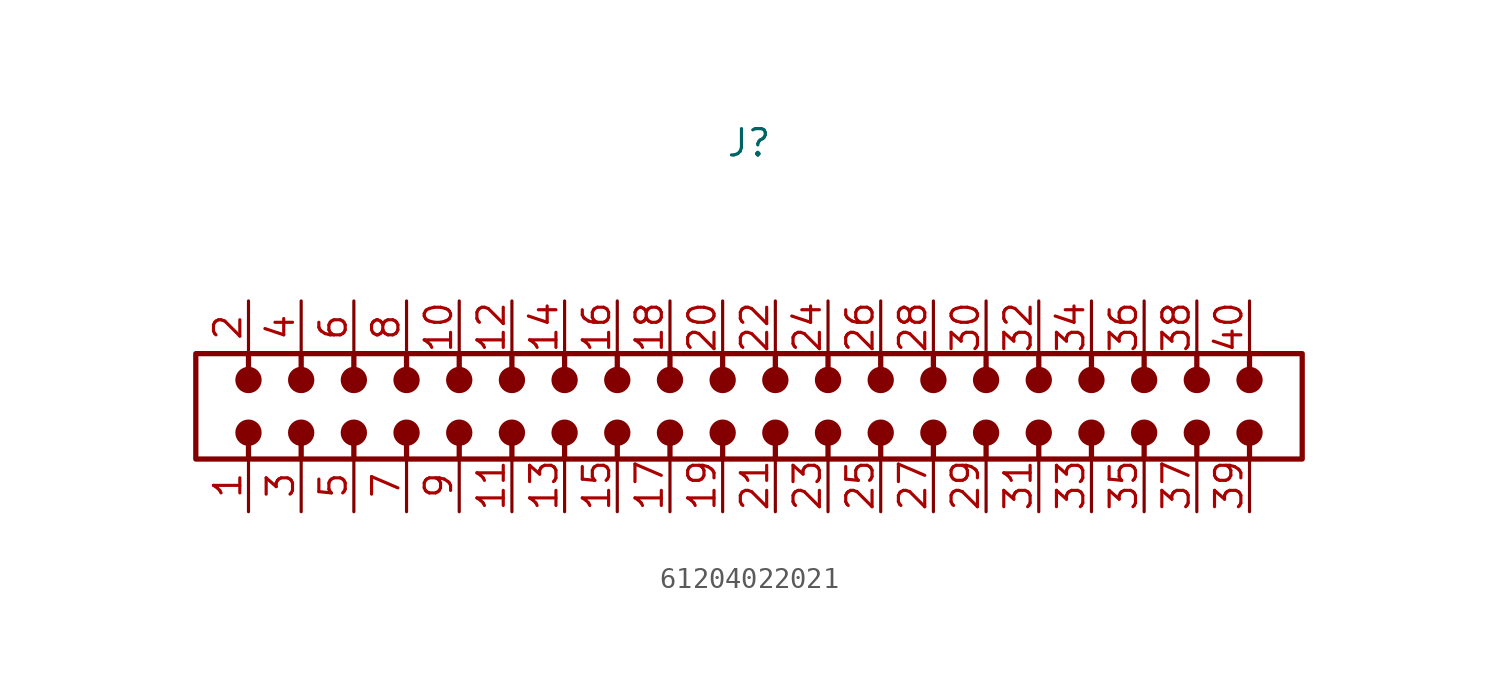
<source format=kicad_sym>
(kicad_symbol_lib
  (version 20241209)
  (generator "kicad_symbol_editor")
  (generator_version "9.0")
  (symbol "61204022021"
    (pin_names
      (hide yes))
    (property "Reference" "J"
      (at 0 12.7 0)
      (effects (font (size 1.27 1.27))))
    (symbol "61204022021_1_1"
      (rectangle (start -26.67 2.54) (end 26.67 -2.54) (stroke (width 0.254) (type solid)) (fill (type none)))
      (polyline (pts (xy -24.13 1.778) (xy -24.13 2.54)) (stroke (width 0.254) (type solid)) (fill (type none)))
      (circle (center -24.13 1.27) (radius 0.508) (stroke (width 0.254) (type solid)) (fill (type outline)))
      (circle (center -24.13 -1.27) (radius 0.508) (stroke (width 0.254) (type solid)) (fill (type outline)))
      (polyline (pts (xy -24.13 -1.778) (xy -24.13 -2.54)) (stroke (width 0.254) (type solid)) (fill (type none)))
      (polyline (pts (xy -21.59 1.778) (xy -21.59 2.54)) (stroke (width 0.254) (type solid)) (fill (type none)))
      (circle (center -21.59 1.27) (radius 0.508) (stroke (width 0.254) (type solid)) (fill (type outline)))
      (circle (center -21.59 -1.27) (radius 0.508) (stroke (width 0.254) (type solid)) (fill (type outline)))
      (polyline (pts (xy -21.59 -1.778) (xy -21.59 -2.54)) (stroke (width 0.254) (type solid)) (fill (type none)))
      (polyline (pts (xy -19.05 1.778) (xy -19.05 2.54)) (stroke (width 0.254) (type solid)) (fill (type none)))
      (circle (center -19.05 1.27) (radius 0.508) (stroke (width 0.254) (type solid)) (fill (type outline)))
      (circle (center -19.05 -1.27) (radius 0.508) (stroke (width 0.254) (type solid)) (fill (type outline)))
      (polyline (pts (xy -19.05 -1.778) (xy -19.05 -2.54)) (stroke (width 0.254) (type solid)) (fill (type none)))
      (polyline (pts (xy -16.51 1.778) (xy -16.51 2.54)) (stroke (width 0.254) (type solid)) (fill (type none)))
      (circle (center -16.51 1.27) (radius 0.508) (stroke (width 0.254) (type solid)) (fill (type outline)))
      (circle (center -16.51 -1.27) (radius 0.508) (stroke (width 0.254) (type solid)) (fill (type outline)))
      (polyline (pts (xy -16.51 -1.778) (xy -16.51 -2.54)) (stroke (width 0.254) (type solid)) (fill (type none)))
      (polyline (pts (xy -13.97 1.778) (xy -13.97 2.54)) (stroke (width 0.254) (type solid)) (fill (type none)))
      (circle (center -13.97 1.27) (radius 0.508) (stroke (width 0.254) (type solid)) (fill (type outline)))
      (circle (center -13.97 -1.27) (radius 0.508) (stroke (width 0.254) (type solid)) (fill (type outline)))
      (polyline (pts (xy -13.97 -1.778) (xy -13.97 -2.54)) (stroke (width 0.254) (type solid)) (fill (type none)))
      (polyline (pts (xy -11.43 1.778) (xy -11.43 2.54)) (stroke (width 0.254) (type solid)) (fill (type none)))
      (circle (center -11.43 1.27) (radius 0.508) (stroke (width 0.254) (type solid)) (fill (type outline)))
      (circle (center -11.43 -1.27) (radius 0.508) (stroke (width 0.254) (type solid)) (fill (type outline)))
      (polyline (pts (xy -11.43 -1.778) (xy -11.43 -2.54)) (stroke (width 0.254) (type solid)) (fill (type none)))
      (polyline (pts (xy -8.89 1.778) (xy -8.89 2.54)) (stroke (width 0.254) (type solid)) (fill (type none)))
      (circle (center -8.89 1.27) (radius 0.508) (stroke (width 0.254) (type solid)) (fill (type outline)))
      (circle (center -8.89 -1.27) (radius 0.508) (stroke (width 0.254) (type solid)) (fill (type outline)))
      (polyline (pts (xy -8.89 -1.778) (xy -8.89 -2.54)) (stroke (width 0.254) (type solid)) (fill (type none)))
      (polyline (pts (xy -6.35 1.778) (xy -6.35 2.54)) (stroke (width 0.254) (type solid)) (fill (type none)))
      (circle (center -6.35 1.27) (radius 0.508) (stroke (width 0.254) (type solid)) (fill (type outline)))
      (circle (center -6.35 -1.27) (radius 0.508) (stroke (width 0.254) (type solid)) (fill (type outline)))
      (polyline (pts (xy -6.35 -1.778) (xy -6.35 -2.54)) (stroke (width 0.254) (type solid)) (fill (type none)))
      (polyline (pts (xy -3.81 1.778) (xy -3.81 2.54)) (stroke (width 0.254) (type solid)) (fill (type none)))
      (circle (center -3.81 1.27) (radius 0.508) (stroke (width 0.254) (type solid)) (fill (type outline)))
      (circle (center -3.81 -1.27) (radius 0.508) (stroke (width 0.254) (type solid)) (fill (type outline)))
      (polyline (pts (xy -3.81 -1.778) (xy -3.81 -2.54)) (stroke (width 0.254) (type solid)) (fill (type none)))
      (polyline (pts (xy -1.27 1.778) (xy -1.27 2.54)) (stroke (width 0.254) (type solid)) (fill (type none)))
      (circle (center -1.27 1.27) (radius 0.508) (stroke (width 0.254) (type solid)) (fill (type outline)))
      (circle (center -1.27 -1.27) (radius 0.508) (stroke (width 0.254) (type solid)) (fill (type outline)))
      (polyline (pts (xy -1.27 -1.778) (xy -1.27 -2.54)) (stroke (width 0.254) (type solid)) (fill (type none)))
      (polyline (pts (xy 1.27 1.778) (xy 1.27 2.54)) (stroke (width 0.254) (type solid)) (fill (type none)))
      (circle (center 1.27 1.27) (radius 0.508) (stroke (width 0.254) (type solid)) (fill (type outline)))
      (circle (center 1.27 -1.27) (radius 0.508) (stroke (width 0.254) (type solid)) (fill (type outline)))
      (polyline (pts (xy 1.27 -1.778) (xy 1.27 -2.54)) (stroke (width 0.254) (type solid)) (fill (type none)))
      (polyline (pts (xy 3.81 1.778) (xy 3.81 2.54)) (stroke (width 0.254) (type solid)) (fill (type none)))
      (circle (center 3.81 1.27) (radius 0.508) (stroke (width 0.254) (type solid)) (fill (type outline)))
      (circle (center 3.81 -1.27) (radius 0.508) (stroke (width 0.254) (type solid)) (fill (type outline)))
      (polyline (pts (xy 3.81 -1.778) (xy 3.81 -2.54)) (stroke (width 0.254) (type solid)) (fill (type none)))
      (polyline (pts (xy 6.35 1.778) (xy 6.35 2.54)) (stroke (width 0.254) (type solid)) (fill (type none)))
      (circle (center 6.35 1.27) (radius 0.508) (stroke (width 0.254) (type solid)) (fill (type outline)))
      (circle (center 6.35 -1.27) (radius 0.508) (stroke (width 0.254) (type solid)) (fill (type outline)))
      (polyline (pts (xy 6.35 -1.778) (xy 6.35 -2.54)) (stroke (width 0.254) (type solid)) (fill (type none)))
      (polyline (pts (xy 8.89 1.778) (xy 8.89 2.54)) (stroke (width 0.254) (type solid)) (fill (type none)))
      (circle (center 8.89 1.27) (radius 0.508) (stroke (width 0.254) (type solid)) (fill (type outline)))
      (circle (center 8.89 -1.27) (radius 0.508) (stroke (width 0.254) (type solid)) (fill (type outline)))
      (polyline (pts (xy 8.89 -1.778) (xy 8.89 -2.54)) (stroke (width 0.254) (type solid)) (fill (type none)))
      (polyline (pts (xy 11.43 1.778) (xy 11.43 2.54)) (stroke (width 0.254) (type solid)) (fill (type none)))
      (circle (center 11.43 1.27) (radius 0.508) (stroke (width 0.254) (type solid)) (fill (type outline)))
      (circle (center 11.43 -1.27) (radius 0.508) (stroke (width 0.254) (type solid)) (fill (type outline)))
      (polyline (pts (xy 11.43 -1.778) (xy 11.43 -2.54)) (stroke (width 0.254) (type solid)) (fill (type none)))
      (polyline (pts (xy 13.97 1.778) (xy 13.97 2.54)) (stroke (width 0.254) (type solid)) (fill (type none)))
      (circle (center 13.97 1.27) (radius 0.508) (stroke (width 0.254) (type solid)) (fill (type outline)))
      (circle (center 13.97 -1.27) (radius 0.508) (stroke (width 0.254) (type solid)) (fill (type outline)))
      (polyline (pts (xy 13.97 -1.778) (xy 13.97 -2.54)) (stroke (width 0.254) (type solid)) (fill (type none)))
      (polyline (pts (xy 16.51 1.778) (xy 16.51 2.54)) (stroke (width 0.254) (type solid)) (fill (type none)))
      (circle (center 16.51 1.27) (radius 0.508) (stroke (width 0.254) (type solid)) (fill (type outline)))
      (circle (center 16.51 -1.27) (radius 0.508) (stroke (width 0.254) (type solid)) (fill (type outline)))
      (polyline (pts (xy 16.51 -1.778) (xy 16.51 -2.54)) (stroke (width 0.254) (type solid)) (fill (type none)))
      (polyline (pts (xy 19.05 1.778) (xy 19.05 2.54)) (stroke (width 0.254) (type solid)) (fill (type none)))
      (circle (center 19.05 1.27) (radius 0.508) (stroke (width 0.254) (type solid)) (fill (type outline)))
      (circle (center 19.05 -1.27) (radius 0.508) (stroke (width 0.254) (type solid)) (fill (type outline)))
      (polyline (pts (xy 19.05 -1.778) (xy 19.05 -2.54)) (stroke (width 0.254) (type solid)) (fill (type none)))
      (polyline (pts (xy 21.59 1.778) (xy 21.59 2.54)) (stroke (width 0.254) (type solid)) (fill (type none)))
      (circle (center 21.59 1.27) (radius 0.508) (stroke (width 0.254) (type solid)) (fill (type outline)))
      (circle (center 21.59 -1.27) (radius 0.508) (stroke (width 0.254) (type solid)) (fill (type outline)))
      (polyline (pts (xy 21.59 -1.778) (xy 21.59 -2.54)) (stroke (width 0.254) (type solid)) (fill (type none)))
      (polyline (pts (xy 24.13 1.778) (xy 24.13 2.54)) (stroke (width 0.254) (type solid)) (fill (type none)))
      (circle (center 24.13 1.27) (radius 0.508) (stroke (width 0.254) (type solid)) (fill (type outline)))
      (circle (center 24.13 -1.27) (radius 0.508) (stroke (width 0.254) (type solid)) (fill (type outline)))
      (polyline (pts (xy 24.13 -1.778) (xy 24.13 -2.54)) (stroke (width 0.254) (type solid)) (fill (type none)))
      (pin passive line (at -24.13 5.08 270) (length 2.54) (name "2" (effects (font (size 1.27 1.27)))) (number "2" (effects (font (size 1.27 1.27)))))
      (pin passive line (at -24.13 -5.08 90) (length 2.54) (name "1" (effects (font (size 1.27 1.27)))) (number "1" (effects (font (size 1.27 1.27)))))
      (pin passive line (at -21.59 5.08 270) (length 2.54) (name "4" (effects (font (size 1.27 1.27)))) (number "4" (effects (font (size 1.27 1.27)))))
      (pin passive line (at -21.59 -5.08 90) (length 2.54) (name "3" (effects (font (size 1.27 1.27)))) (number "3" (effects (font (size 1.27 1.27)))))
      (pin passive line (at -19.05 5.08 270) (length 2.54) (name "6" (effects (font (size 1.27 1.27)))) (number "6" (effects (font (size 1.27 1.27)))))
      (pin passive line (at -19.05 -5.08 90) (length 2.54) (name "5" (effects (font (size 1.27 1.27)))) (number "5" (effects (font (size 1.27 1.27)))))
      (pin passive line (at -16.51 5.08 270) (length 2.54) (name "8" (effects (font (size 1.27 1.27)))) (number "8" (effects (font (size 1.27 1.27)))))
      (pin passive line (at -16.51 -5.08 90) (length 2.54) (name "7" (effects (font (size 1.27 1.27)))) (number "7" (effects (font (size 1.27 1.27)))))
      (pin passive line (at -13.97 5.08 270) (length 2.54) (name "10" (effects (font (size 1.27 1.27)))) (number "10" (effects (font (size 1.27 1.27)))))
      (pin passive line (at -13.97 -5.08 90) (length 2.54) (name "9" (effects (font (size 1.27 1.27)))) (number "9" (effects (font (size 1.27 1.27)))))
      (pin passive line (at -11.43 5.08 270) (length 2.54) (name "12" (effects (font (size 1.27 1.27)))) (number "12" (effects (font (size 1.27 1.27)))))
      (pin passive line (at -11.43 -5.08 90) (length 2.54) (name "11" (effects (font (size 1.27 1.27)))) (number "11" (effects (font (size 1.27 1.27)))))
      (pin passive line (at -8.89 5.08 270) (length 2.54) (name "14" (effects (font (size 1.27 1.27)))) (number "14" (effects (font (size 1.27 1.27)))))
      (pin passive line (at -8.89 -5.08 90) (length 2.54) (name "13" (effects (font (size 1.27 1.27)))) (number "13" (effects (font (size 1.27 1.27)))))
      (pin passive line (at -6.35 5.08 270) (length 2.54) (name "16" (effects (font (size 1.27 1.27)))) (number "16" (effects (font (size 1.27 1.27)))))
      (pin passive line (at -6.35 -5.08 90) (length 2.54) (name "15" (effects (font (size 1.27 1.27)))) (number "15" (effects (font (size 1.27 1.27)))))
      (pin passive line (at -3.81 5.08 270) (length 2.54) (name "18" (effects (font (size 1.27 1.27)))) (number "18" (effects (font (size 1.27 1.27)))))
      (pin passive line (at -3.81 -5.08 90) (length 2.54) (name "17" (effects (font (size 1.27 1.27)))) (number "17" (effects (font (size 1.27 1.27)))))
      (pin passive line (at -1.27 5.08 270) (length 2.54) (name "20" (effects (font (size 1.27 1.27)))) (number "20" (effects (font (size 1.27 1.27)))))
      (pin passive line (at -1.27 -5.08 90) (length 2.54) (name "19" (effects (font (size 1.27 1.27)))) (number "19" (effects (font (size 1.27 1.27)))))
      (pin passive line (at 1.27 5.08 270) (length 2.54) (name "22" (effects (font (size 1.27 1.27)))) (number "22" (effects (font (size 1.27 1.27)))))
      (pin passive line (at 1.27 -5.08 90) (length 2.54) (name "21" (effects (font (size 1.27 1.27)))) (number "21" (effects (font (size 1.27 1.27)))))
      (pin passive line (at 3.81 5.08 270) (length 2.54) (name "24" (effects (font (size 1.27 1.27)))) (number "24" (effects (font (size 1.27 1.27)))))
      (pin passive line (at 3.81 -5.08 90) (length 2.54) (name "23" (effects (font (size 1.27 1.27)))) (number "23" (effects (font (size 1.27 1.27)))))
      (pin passive line (at 6.35 5.08 270) (length 2.54) (name "26" (effects (font (size 1.27 1.27)))) (number "26" (effects (font (size 1.27 1.27)))))
      (pin passive line (at 6.35 -5.08 90) (length 2.54) (name "25" (effects (font (size 1.27 1.27)))) (number "25" (effects (font (size 1.27 1.27)))))
      (pin passive line (at 8.89 5.08 270) (length 2.54) (name "28" (effects (font (size 1.27 1.27)))) (number "28" (effects (font (size 1.27 1.27)))))
      (pin passive line (at 8.89 -5.08 90) (length 2.54) (name "27" (effects (font (size 1.27 1.27)))) (number "27" (effects (font (size 1.27 1.27)))))
      (pin passive line (at 11.43 5.08 270) (length 2.54) (name "30" (effects (font (size 1.27 1.27)))) (number "30" (effects (font (size 1.27 1.27)))))
      (pin passive line (at 11.43 -5.08 90) (length 2.54) (name "29" (effects (font (size 1.27 1.27)))) (number "29" (effects (font (size 1.27 1.27)))))
      (pin passive line (at 13.97 5.08 270) (length 2.54) (name "32" (effects (font (size 1.27 1.27)))) (number "32" (effects (font (size 1.27 1.27)))))
      (pin passive line (at 13.97 -5.08 90) (length 2.54) (name "31" (effects (font (size 1.27 1.27)))) (number "31" (effects (font (size 1.27 1.27)))))
      (pin passive line (at 16.51 5.08 270) (length 2.54) (name "34" (effects (font (size 1.27 1.27)))) (number "34" (effects (font (size 1.27 1.27)))))
      (pin passive line (at 16.51 -5.08 90) (length 2.54) (name "33" (effects (font (size 1.27 1.27)))) (number "33" (effects (font (size 1.27 1.27)))))
      (pin passive line (at 19.05 5.08 270) (length 2.54) (name "36" (effects (font (size 1.27 1.27)))) (number "36" (effects (font (size 1.27 1.27)))))
      (pin passive line (at 19.05 -5.08 90) (length 2.54) (name "35" (effects (font (size 1.27 1.27)))) (number "35" (effects (font (size 1.27 1.27)))))
      (pin passive line (at 21.59 5.08 270) (length 2.54) (name "38" (effects (font (size 1.27 1.27)))) (number "38" (effects (font (size 1.27 1.27)))))
      (pin passive line (at 21.59 -5.08 90) (length 2.54) (name "37" (effects (font (size 1.27 1.27)))) (number "37" (effects (font (size 1.27 1.27)))))
      (pin passive line (at 24.13 5.08 270) (length 2.54) (name "40" (effects (font (size 1.27 1.27)))) (number "40" (effects (font (size 1.27 1.27)))))
      (pin passive line (at 24.13 -5.08 90) (length 2.54) (name "39" (effects (font (size 1.27 1.27)))) (number "39" (effects (font (size 1.27 1.27))))))))
</source>
